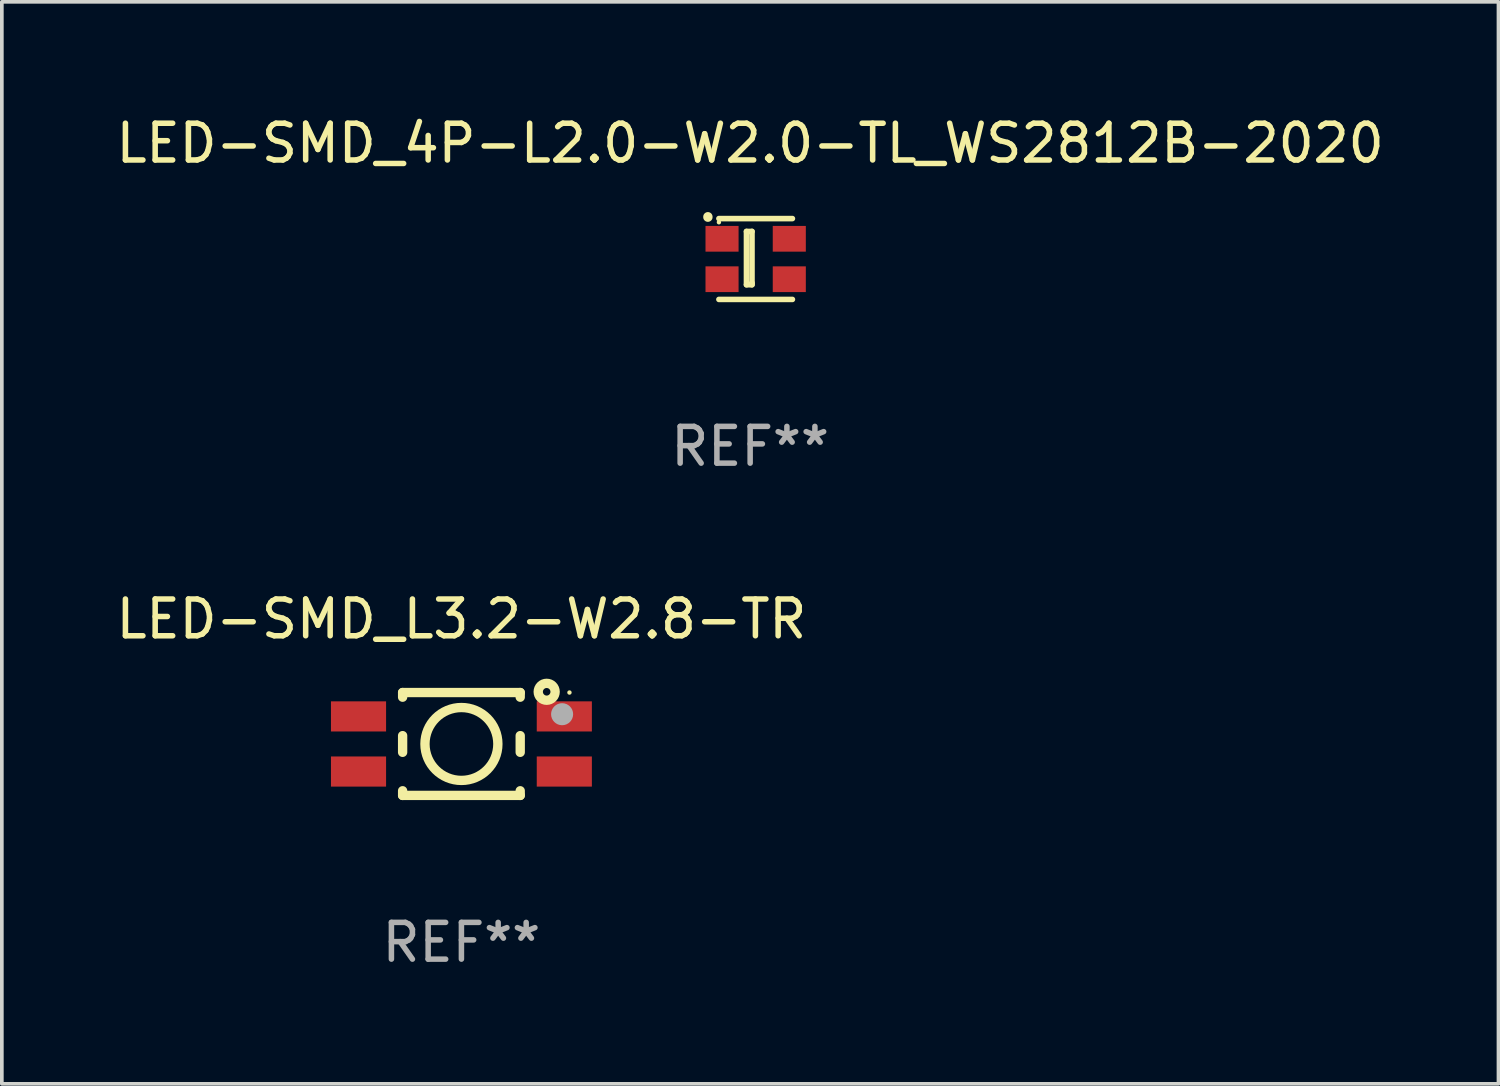
<source format=kicad_pcb>
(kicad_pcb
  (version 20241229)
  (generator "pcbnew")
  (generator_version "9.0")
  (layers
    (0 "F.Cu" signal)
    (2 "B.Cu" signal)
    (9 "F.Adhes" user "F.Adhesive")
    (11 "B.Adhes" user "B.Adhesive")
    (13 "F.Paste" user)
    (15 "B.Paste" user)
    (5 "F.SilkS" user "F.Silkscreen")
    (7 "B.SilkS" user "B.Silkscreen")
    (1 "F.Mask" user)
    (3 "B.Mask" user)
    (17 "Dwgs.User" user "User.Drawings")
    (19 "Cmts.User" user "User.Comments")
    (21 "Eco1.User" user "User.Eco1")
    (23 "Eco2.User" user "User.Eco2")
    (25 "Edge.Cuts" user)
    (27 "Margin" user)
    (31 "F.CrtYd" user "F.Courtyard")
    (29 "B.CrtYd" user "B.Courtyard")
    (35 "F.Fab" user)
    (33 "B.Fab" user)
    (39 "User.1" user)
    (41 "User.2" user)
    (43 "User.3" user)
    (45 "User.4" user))
  (footprint "LED-SMD_4P-L2.0-W2.0-TL_WS2812B-2020"
    (layer "F.Cu")
    (at 17.513 3.998)
    (property "Reference" "LED-SMD_4P-L2.0-W2.0-TL_WS2812B-2020" (at -0.15 -3.15 0) (layer "F.SilkS") (effects (font (size 1 1) (thickness 0.15))))
    (attr through_hole)
    (fp_line (start -1.3 -1.15) (end -1.3 -1.138) (stroke (width 0.254) (type solid)) (layer "F.SilkS"))
    (fp_line (start -1 1.1) (end 1 1.1) (stroke (width 0.152) (type solid)) (layer "F.SilkS"))
    (fp_line (start -0.25 -0.75) (end -0.25 0.7) (stroke (width 0.152) (type solid)) (layer "F.SilkS"))
    (fp_line (start -0.25 -0.75) (end -0.1 -0.75) (stroke (width 0.152) (type solid)) (layer "F.SilkS"))
    (fp_line (start -0.1 -0.75) (end -0.1 0.65) (stroke (width 0.152) (type solid)) (layer "F.SilkS"))
    (fp_line (start -0.1 0.65) (end -0.1 0.7) (stroke (width 0.152) (type solid)) (layer "F.SilkS"))
    (fp_line (start -0.1 0.7) (end -0.25 0.7) (stroke (width 0.152) (type solid)) (layer "F.SilkS"))
    (fp_line (start 1 -1.1) (end -1 -1.1) (stroke (width 0.152) (type solid)) (layer "F.SilkS"))
    (fp_circle (center -1 -1) (end -0.97 -1) (stroke (width 0.06) (type solid)) (fill no) (layer "F.SilkS"))
    (fp_text user "REF**" (at -0.15 5.1 0) (layer "F.Fab") (effects (font (size 1 1) (thickness 0.15))))
    (pad "1" smd rect (at -0.915 -0.55) (size 0.9 0.7) (layers "F.Cu" "F.Mask" "F.Paste"))
    (pad "2" smd rect (at -0.915 0.55) (size 0.9 0.7) (layers "F.Cu" "F.Mask" "F.Paste"))
    (pad "3" smd rect (at 0.915 0.55) (size 0.9 0.7) (layers "F.Cu" "F.Mask" "F.Paste"))
    (pad "4" smd rect (at 0.915 -0.55) (size 0.9 0.7) (layers "F.Cu" "F.Mask" "F.Paste")))
  (footprint "LED-SMD_L3.2-W2.8-TR"
    (layer "F.Cu")
    (at 9.506 17.195)
    (property "Reference" "LED-SMD_L3.2-W2.8-TR" (at 0 -3.4 0) (layer "F.SilkS") (effects (font (size 1 1) (thickness 0.15))))
    (attr through_hole)
    (fp_line (start -1.6 -1.4) (end -1.6 -1.273) (stroke (width 0.254) (type solid)) (layer "F.SilkS"))
    (fp_line (start -1.6 -1.4) (end 1.6 -1.4) (stroke (width 0.254) (type solid)) (layer "F.SilkS"))
    (fp_line (start -1.6 -0.227) (end -1.6 0.227) (stroke (width 0.254) (type solid)) (layer "F.SilkS"))
    (fp_line (start -1.6 1.273) (end -1.6 1.4) (stroke (width 0.254) (type solid)) (layer "F.SilkS"))
    (fp_line (start -1.6 1.4) (end 1.6 1.4) (stroke (width 0.254) (type solid)) (layer "F.SilkS"))
    (fp_line (start 1.6 -1.4) (end 1.6 -1.273) (stroke (width 0.254) (type solid)) (layer "F.SilkS"))
    (fp_line (start 1.6 -0.227) (end 1.6 0.227) (stroke (width 0.254) (type solid)) (layer "F.SilkS"))
    (fp_line (start 1.6 1.273) (end 1.6 1.4) (stroke (width 0.254) (type solid)) (layer "F.SilkS"))
    (fp_circle (center 0 0) (end 0.992 0) (stroke (width 0.254) (type solid)) (fill no) (layer "F.SilkS"))
    (fp_circle (center 2.32 -1.42) (end 2.423 -1.42) (stroke (width 0.254) (type solid)) (fill no) (layer "F.SilkS"))
    (fp_circle (center 2.94 -1.4) (end 2.97 -1.4) (stroke (width 0.06) (type solid)) (fill no) (layer "F.SilkS"))
    (fp_circle (center 2.74 -0.81) (end 2.89 -0.81) (stroke (width 0.3) (type solid)) (fill no) (layer "F.Fab"))
    (fp_text user "REF**" (at 0 5.4 0) (layer "F.Fab") (effects (font (size 1 1) (thickness 0.15))))
    (pad "1" smd rect (at 2.8 -0.75 90) (size 0.82 1.5) (layers "F.Cu" "F.Mask" "F.Paste"))
    (pad "2" smd rect (at 2.8 0.75 90) (size 0.82 1.5) (layers "F.Cu" "F.Mask" "F.Paste"))
    (pad "3" smd rect (at -2.8 0.75 90) (size 0.82 1.5) (layers "F.Cu" "F.Mask" "F.Paste"))
    (pad "4" smd rect (at -2.8 -0.75 90) (size 0.82 1.5) (layers "F.Cu" "F.Mask" "F.Paste")))
  (gr_rect
    (start -3 -3)
    (end 37.726 26.443)
    (stroke (width 0.1) (type default))
    (fill no)
    (layer "Edge.Cuts")))
</source>
